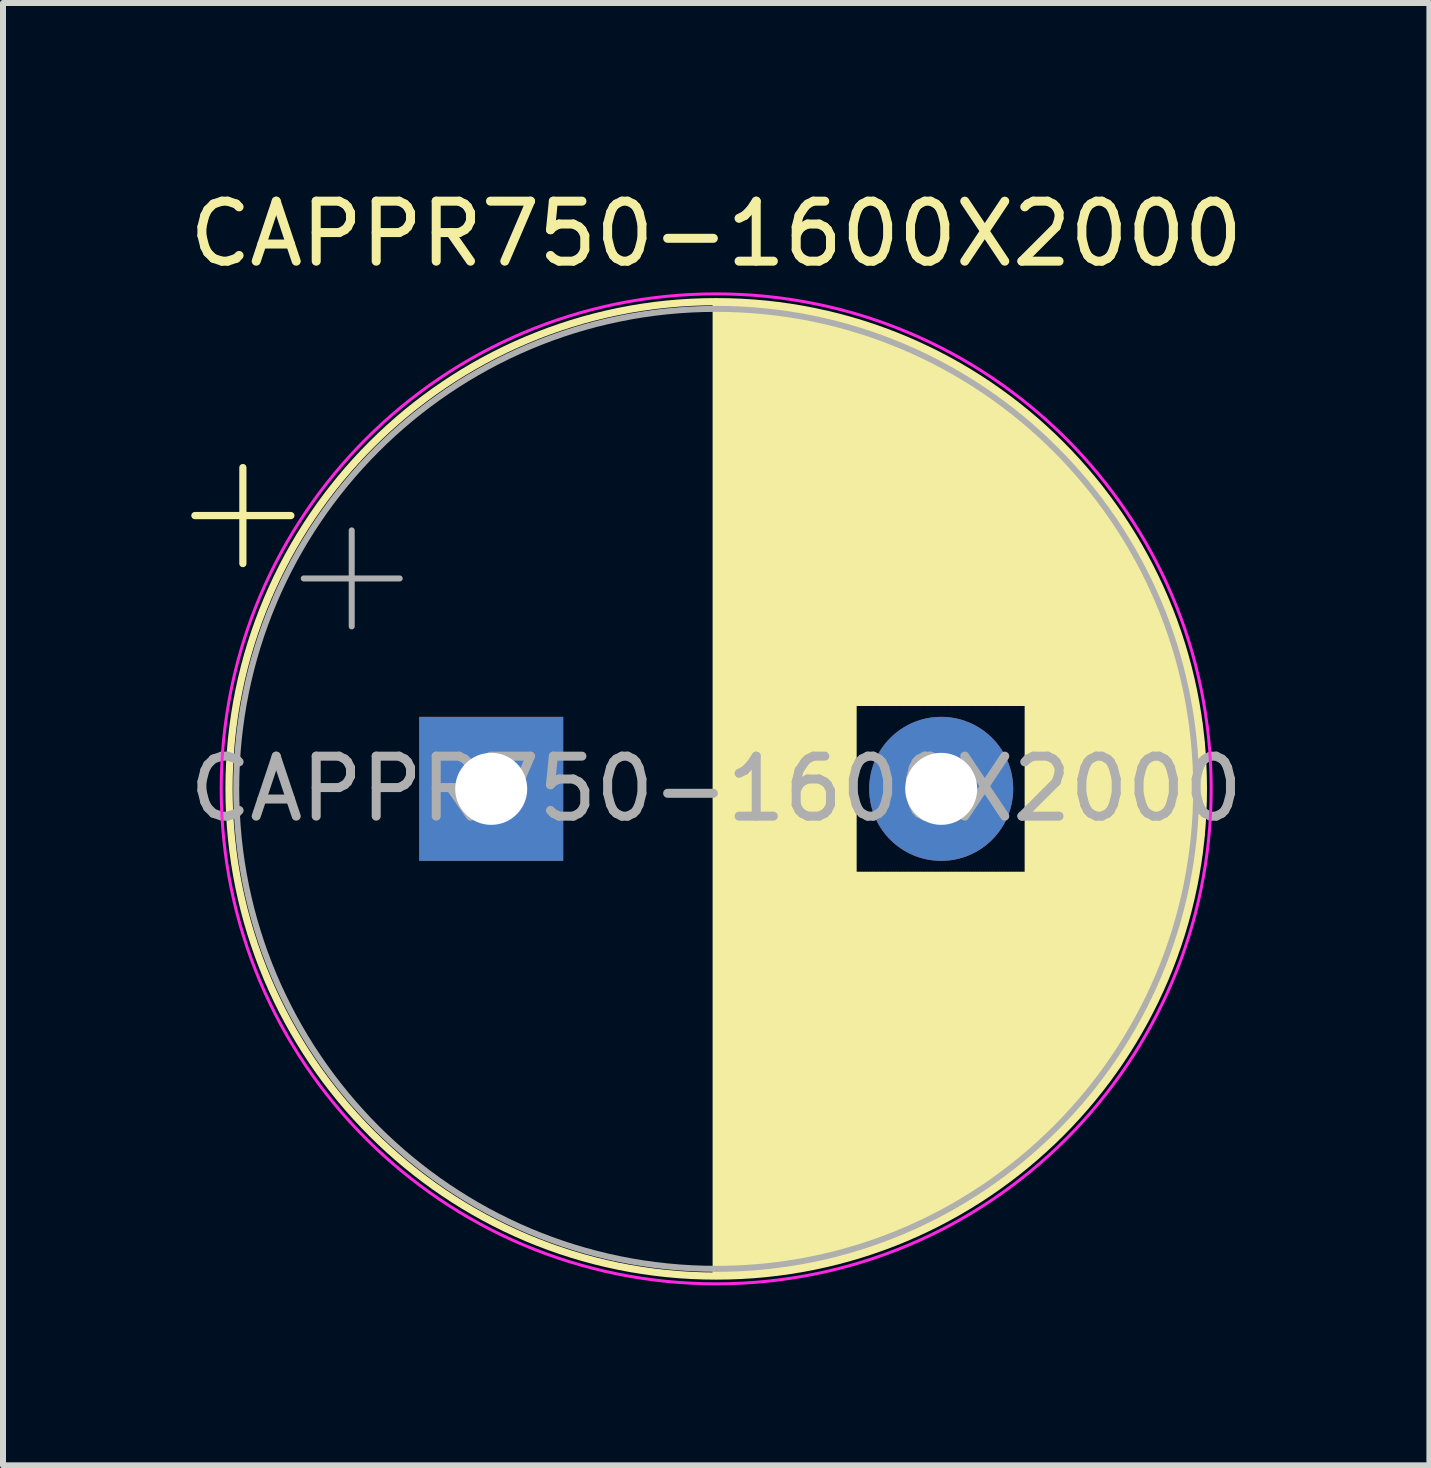
<source format=kicad_pcb>
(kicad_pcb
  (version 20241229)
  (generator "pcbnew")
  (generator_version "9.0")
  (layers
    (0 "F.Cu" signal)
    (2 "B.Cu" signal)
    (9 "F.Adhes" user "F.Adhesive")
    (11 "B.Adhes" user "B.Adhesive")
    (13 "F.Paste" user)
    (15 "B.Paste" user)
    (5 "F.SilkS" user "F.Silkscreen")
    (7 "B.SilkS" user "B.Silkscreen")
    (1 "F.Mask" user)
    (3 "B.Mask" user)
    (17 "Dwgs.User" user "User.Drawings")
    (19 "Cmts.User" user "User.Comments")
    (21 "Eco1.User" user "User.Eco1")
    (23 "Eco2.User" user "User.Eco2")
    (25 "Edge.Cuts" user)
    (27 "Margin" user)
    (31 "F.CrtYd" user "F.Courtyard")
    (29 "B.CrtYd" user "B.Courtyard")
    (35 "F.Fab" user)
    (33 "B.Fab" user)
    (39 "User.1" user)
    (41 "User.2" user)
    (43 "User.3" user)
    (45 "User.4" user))
  (footprint "CAPPR750-1600X2000"
    (layer "F.Cu")
    (at 5.137 10.098)
    (property "Reference" "CAPPR750-1600X2000" (at 3.75 -9.25 0) (layer "F.SilkS") (effects (font (size 1 1) (thickness 0.15))))
    (attr through_hole)
    (fp_line (start -4.939 -4.555) (end -3.339 -4.555) (stroke (width 0.12) (type solid)) (layer "F.SilkS"))
    (fp_line (start -4.139 -5.355) (end -4.139 -3.755) (stroke (width 0.12) (type solid)) (layer "F.SilkS"))
    (fp_line (start 3.75 -8.081) (end 3.75 8.081) (stroke (width 0.12) (type solid)) (layer "F.SilkS"))
    (fp_line (start 3.79 -8.08) (end 3.79 8.08) (stroke (width 0.12) (type solid)) (layer "F.SilkS"))
    (fp_line (start 3.83 -8.08) (end 3.83 8.08) (stroke (width 0.12) (type solid)) (layer "F.SilkS"))
    (fp_line (start 3.87 -8.08) (end 3.87 8.08) (stroke (width 0.12) (type solid)) (layer "F.SilkS"))
    (fp_line (start 3.91 -8.079) (end 3.91 8.079) (stroke (width 0.12) (type solid)) (layer "F.SilkS"))
    (fp_line (start 3.95 -8.078) (end 3.95 8.078) (stroke (width 0.12) (type solid)) (layer "F.SilkS"))
    (fp_line (start 3.99 -8.077) (end 3.99 8.077) (stroke (width 0.12) (type solid)) (layer "F.SilkS"))
    (fp_line (start 4.03 -8.076) (end 4.03 8.076) (stroke (width 0.12) (type solid)) (layer "F.SilkS"))
    (fp_line (start 4.07 -8.074) (end 4.07 8.074) (stroke (width 0.12) (type solid)) (layer "F.SilkS"))
    (fp_line (start 4.11 -8.073) (end 4.11 8.073) (stroke (width 0.12) (type solid)) (layer "F.SilkS"))
    (fp_line (start 4.15 -8.071) (end 4.15 8.071) (stroke (width 0.12) (type solid)) (layer "F.SilkS"))
    (fp_line (start 4.19 -8.069) (end 4.19 8.069) (stroke (width 0.12) (type solid)) (layer "F.SilkS"))
    (fp_line (start 4.23 -8.066) (end 4.23 8.066) (stroke (width 0.12) (type solid)) (layer "F.SilkS"))
    (fp_line (start 4.27 -8.064) (end 4.27 8.064) (stroke (width 0.12) (type solid)) (layer "F.SilkS"))
    (fp_line (start 4.31 -8.061) (end 4.31 8.061) (stroke (width 0.12) (type solid)) (layer "F.SilkS"))
    (fp_line (start 4.35 -8.058) (end 4.35 8.058) (stroke (width 0.12) (type solid)) (layer "F.SilkS"))
    (fp_line (start 4.39 -8.055) (end 4.39 8.055) (stroke (width 0.12) (type solid)) (layer "F.SilkS"))
    (fp_line (start 4.43 -8.052) (end 4.43 8.052) (stroke (width 0.12) (type solid)) (layer "F.SilkS"))
    (fp_line (start 4.471 -8.049) (end 4.471 8.049) (stroke (width 0.12) (type solid)) (layer "F.SilkS"))
    (fp_line (start 4.511 -8.045) (end 4.511 8.045) (stroke (width 0.12) (type solid)) (layer "F.SilkS"))
    (fp_line (start 4.551 -8.041) (end 4.551 8.041) (stroke (width 0.12) (type solid)) (layer "F.SilkS"))
    (fp_line (start 4.591 -8.037) (end 4.591 8.037) (stroke (width 0.12) (type solid)) (layer "F.SilkS"))
    (fp_line (start 4.631 -8.033) (end 4.631 8.033) (stroke (width 0.12) (type solid)) (layer "F.SilkS"))
    (fp_line (start 4.671 -8.028) (end 4.671 8.028) (stroke (width 0.12) (type solid)) (layer "F.SilkS"))
    (fp_line (start 4.711 -8.024) (end 4.711 8.024) (stroke (width 0.12) (type solid)) (layer "F.SilkS"))
    (fp_line (start 4.751 -8.019) (end 4.751 8.019) (stroke (width 0.12) (type solid)) (layer "F.SilkS"))
    (fp_line (start 4.791 -8.014) (end 4.791 8.014) (stroke (width 0.12) (type solid)) (layer "F.SilkS"))
    (fp_line (start 4.831 -8.008) (end 4.831 8.008) (stroke (width 0.12) (type solid)) (layer "F.SilkS"))
    (fp_line (start 4.871 -8.003) (end 4.871 8.003) (stroke (width 0.12) (type solid)) (layer "F.SilkS"))
    (fp_line (start 4.911 -7.997) (end 4.911 7.997) (stroke (width 0.12) (type solid)) (layer "F.SilkS"))
    (fp_line (start 4.951 -7.991) (end 4.951 7.991) (stroke (width 0.12) (type solid)) (layer "F.SilkS"))
    (fp_line (start 4.991 -7.985) (end 4.991 7.985) (stroke (width 0.12) (type solid)) (layer "F.SilkS"))
    (fp_line (start 5.031 -7.979) (end 5.031 7.979) (stroke (width 0.12) (type solid)) (layer "F.SilkS"))
    (fp_line (start 5.071 -7.972) (end 5.071 7.972) (stroke (width 0.12) (type solid)) (layer "F.SilkS"))
    (fp_line (start 5.111 -7.966) (end 5.111 7.966) (stroke (width 0.12) (type solid)) (layer "F.SilkS"))
    (fp_line (start 5.151 -7.959) (end 5.151 7.959) (stroke (width 0.12) (type solid)) (layer "F.SilkS"))
    (fp_line (start 5.191 -7.952) (end 5.191 7.952) (stroke (width 0.12) (type solid)) (layer "F.SilkS"))
    (fp_line (start 5.231 -7.944) (end 5.231 7.944) (stroke (width 0.12) (type solid)) (layer "F.SilkS"))
    (fp_line (start 5.271 -7.937) (end 5.271 7.937) (stroke (width 0.12) (type solid)) (layer "F.SilkS"))
    (fp_line (start 5.311 -7.929) (end 5.311 7.929) (stroke (width 0.12) (type solid)) (layer "F.SilkS"))
    (fp_line (start 5.351 -7.921) (end 5.351 7.921) (stroke (width 0.12) (type solid)) (layer "F.SilkS"))
    (fp_line (start 5.391 -7.913) (end 5.391 7.913) (stroke (width 0.12) (type solid)) (layer "F.SilkS"))
    (fp_line (start 5.431 -7.905) (end 5.431 7.905) (stroke (width 0.12) (type solid)) (layer "F.SilkS"))
    (fp_line (start 5.471 -7.896) (end 5.471 7.896) (stroke (width 0.12) (type solid)) (layer "F.SilkS"))
    (fp_line (start 5.511 -7.887) (end 5.511 7.887) (stroke (width 0.12) (type solid)) (layer "F.SilkS"))
    (fp_line (start 5.551 -7.878) (end 5.551 7.878) (stroke (width 0.12) (type solid)) (layer "F.SilkS"))
    (fp_line (start 5.591 -7.869) (end 5.591 7.869) (stroke (width 0.12) (type solid)) (layer "F.SilkS"))
    (fp_line (start 5.631 -7.86) (end 5.631 7.86) (stroke (width 0.12) (type solid)) (layer "F.SilkS"))
    (fp_line (start 5.671 -7.85) (end 5.671 7.85) (stroke (width 0.12) (type solid)) (layer "F.SilkS"))
    (fp_line (start 5.711 -7.84) (end 5.711 7.84) (stroke (width 0.12) (type solid)) (layer "F.SilkS"))
    (fp_line (start 5.751 -7.83) (end 5.751 7.83) (stroke (width 0.12) (type solid)) (layer "F.SilkS"))
    (fp_line (start 5.791 -7.82) (end 5.791 7.82) (stroke (width 0.12) (type solid)) (layer "F.SilkS"))
    (fp_line (start 5.831 -7.81) (end 5.831 7.81) (stroke (width 0.12) (type solid)) (layer "F.SilkS"))
    (fp_line (start 5.871 -7.799) (end 5.871 7.799) (stroke (width 0.12) (type solid)) (layer "F.SilkS"))
    (fp_line (start 5.911 -7.788) (end 5.911 7.788) (stroke (width 0.12) (type solid)) (layer "F.SilkS"))
    (fp_line (start 5.951 -7.777) (end 5.951 7.777) (stroke (width 0.12) (type solid)) (layer "F.SilkS"))
    (fp_line (start 5.991 -7.765) (end 5.991 7.765) (stroke (width 0.12) (type solid)) (layer "F.SilkS"))
    (fp_line (start 6.031 -7.754) (end 6.031 7.754) (stroke (width 0.12) (type solid)) (layer "F.SilkS"))
    (fp_line (start 6.071 -7.742) (end 6.071 -1.44) (stroke (width 0.12) (type solid)) (layer "F.SilkS"))
    (fp_line (start 6.071 1.44) (end 6.071 7.742) (stroke (width 0.12) (type solid)) (layer "F.SilkS"))
    (fp_line (start 6.111 -7.73) (end 6.111 -1.44) (stroke (width 0.12) (type solid)) (layer "F.SilkS"))
    (fp_line (start 6.111 1.44) (end 6.111 7.73) (stroke (width 0.12) (type solid)) (layer "F.SilkS"))
    (fp_line (start 6.151 -7.718) (end 6.151 -1.44) (stroke (width 0.12) (type solid)) (layer "F.SilkS"))
    (fp_line (start 6.151 1.44) (end 6.151 7.718) (stroke (width 0.12) (type solid)) (layer "F.SilkS"))
    (fp_line (start 6.191 -7.705) (end 6.191 -1.44) (stroke (width 0.12) (type solid)) (layer "F.SilkS"))
    (fp_line (start 6.191 1.44) (end 6.191 7.705) (stroke (width 0.12) (type solid)) (layer "F.SilkS"))
    (fp_line (start 6.231 -7.693) (end 6.231 -1.44) (stroke (width 0.12) (type solid)) (layer "F.SilkS"))
    (fp_line (start 6.231 1.44) (end 6.231 7.693) (stroke (width 0.12) (type solid)) (layer "F.SilkS"))
    (fp_line (start 6.271 -7.68) (end 6.271 -1.44) (stroke (width 0.12) (type solid)) (layer "F.SilkS"))
    (fp_line (start 6.271 1.44) (end 6.271 7.68) (stroke (width 0.12) (type solid)) (layer "F.SilkS"))
    (fp_line (start 6.311 -7.666) (end 6.311 -1.44) (stroke (width 0.12) (type solid)) (layer "F.SilkS"))
    (fp_line (start 6.311 1.44) (end 6.311 7.666) (stroke (width 0.12) (type solid)) (layer "F.SilkS"))
    (fp_line (start 6.351 -7.653) (end 6.351 -1.44) (stroke (width 0.12) (type solid)) (layer "F.SilkS"))
    (fp_line (start 6.351 1.44) (end 6.351 7.653) (stroke (width 0.12) (type solid)) (layer "F.SilkS"))
    (fp_line (start 6.391 -7.639) (end 6.391 -1.44) (stroke (width 0.12) (type solid)) (layer "F.SilkS"))
    (fp_line (start 6.391 1.44) (end 6.391 7.639) (stroke (width 0.12) (type solid)) (layer "F.SilkS"))
    (fp_line (start 6.431 -7.625) (end 6.431 -1.44) (stroke (width 0.12) (type solid)) (layer "F.SilkS"))
    (fp_line (start 6.431 1.44) (end 6.431 7.625) (stroke (width 0.12) (type solid)) (layer "F.SilkS"))
    (fp_line (start 6.471 -7.611) (end 6.471 -1.44) (stroke (width 0.12) (type solid)) (layer "F.SilkS"))
    (fp_line (start 6.471 1.44) (end 6.471 7.611) (stroke (width 0.12) (type solid)) (layer "F.SilkS"))
    (fp_line (start 6.511 -7.597) (end 6.511 -1.44) (stroke (width 0.12) (type solid)) (layer "F.SilkS"))
    (fp_line (start 6.511 1.44) (end 6.511 7.597) (stroke (width 0.12) (type solid)) (layer "F.SilkS"))
    (fp_line (start 6.551 -7.582) (end 6.551 -1.44) (stroke (width 0.12) (type solid)) (layer "F.SilkS"))
    (fp_line (start 6.551 1.44) (end 6.551 7.582) (stroke (width 0.12) (type solid)) (layer "F.SilkS"))
    (fp_line (start 6.591 -7.568) (end 6.591 -1.44) (stroke (width 0.12) (type solid)) (layer "F.SilkS"))
    (fp_line (start 6.591 1.44) (end 6.591 7.568) (stroke (width 0.12) (type solid)) (layer "F.SilkS"))
    (fp_line (start 6.631 -7.553) (end 6.631 -1.44) (stroke (width 0.12) (type solid)) (layer "F.SilkS"))
    (fp_line (start 6.631 1.44) (end 6.631 7.553) (stroke (width 0.12) (type solid)) (layer "F.SilkS"))
    (fp_line (start 6.671 -7.537) (end 6.671 -1.44) (stroke (width 0.12) (type solid)) (layer "F.SilkS"))
    (fp_line (start 6.671 1.44) (end 6.671 7.537) (stroke (width 0.12) (type solid)) (layer "F.SilkS"))
    (fp_line (start 6.711 -7.522) (end 6.711 -1.44) (stroke (width 0.12) (type solid)) (layer "F.SilkS"))
    (fp_line (start 6.711 1.44) (end 6.711 7.522) (stroke (width 0.12) (type solid)) (layer "F.SilkS"))
    (fp_line (start 6.751 -7.506) (end 6.751 -1.44) (stroke (width 0.12) (type solid)) (layer "F.SilkS"))
    (fp_line (start 6.751 1.44) (end 6.751 7.506) (stroke (width 0.12) (type solid)) (layer "F.SilkS"))
    (fp_line (start 6.791 -7.49) (end 6.791 -1.44) (stroke (width 0.12) (type solid)) (layer "F.SilkS"))
    (fp_line (start 6.791 1.44) (end 6.791 7.49) (stroke (width 0.12) (type solid)) (layer "F.SilkS"))
    (fp_line (start 6.831 -7.474) (end 6.831 -1.44) (stroke (width 0.12) (type solid)) (layer "F.SilkS"))
    (fp_line (start 6.831 1.44) (end 6.831 7.474) (stroke (width 0.12) (type solid)) (layer "F.SilkS"))
    (fp_line (start 6.871 -7.457) (end 6.871 -1.44) (stroke (width 0.12) (type solid)) (layer "F.SilkS"))
    (fp_line (start 6.871 1.44) (end 6.871 7.457) (stroke (width 0.12) (type solid)) (layer "F.SilkS"))
    (fp_line (start 6.911 -7.44) (end 6.911 -1.44) (stroke (width 0.12) (type solid)) (layer "F.SilkS"))
    (fp_line (start 6.911 1.44) (end 6.911 7.44) (stroke (width 0.12) (type solid)) (layer "F.SilkS"))
    (fp_line (start 6.951 -7.423) (end 6.951 -1.44) (stroke (width 0.12) (type solid)) (layer "F.SilkS"))
    (fp_line (start 6.951 1.44) (end 6.951 7.423) (stroke (width 0.12) (type solid)) (layer "F.SilkS"))
    (fp_line (start 6.991 -7.406) (end 6.991 -1.44) (stroke (width 0.12) (type solid)) (layer "F.SilkS"))
    (fp_line (start 6.991 1.44) (end 6.991 7.406) (stroke (width 0.12) (type solid)) (layer "F.SilkS"))
    (fp_line (start 7.031 -7.389) (end 7.031 -1.44) (stroke (width 0.12) (type solid)) (layer "F.SilkS"))
    (fp_line (start 7.031 1.44) (end 7.031 7.389) (stroke (width 0.12) (type solid)) (layer "F.SilkS"))
    (fp_line (start 7.071 -7.371) (end 7.071 -1.44) (stroke (width 0.12) (type solid)) (layer "F.SilkS"))
    (fp_line (start 7.071 1.44) (end 7.071 7.371) (stroke (width 0.12) (type solid)) (layer "F.SilkS"))
    (fp_line (start 7.111 -7.353) (end 7.111 -1.44) (stroke (width 0.12) (type solid)) (layer "F.SilkS"))
    (fp_line (start 7.111 1.44) (end 7.111 7.353) (stroke (width 0.12) (type solid)) (layer "F.SilkS"))
    (fp_line (start 7.151 -7.334) (end 7.151 -1.44) (stroke (width 0.12) (type solid)) (layer "F.SilkS"))
    (fp_line (start 7.151 1.44) (end 7.151 7.334) (stroke (width 0.12) (type solid)) (layer "F.SilkS"))
    (fp_line (start 7.191 -7.316) (end 7.191 -1.44) (stroke (width 0.12) (type solid)) (layer "F.SilkS"))
    (fp_line (start 7.191 1.44) (end 7.191 7.316) (stroke (width 0.12) (type solid)) (layer "F.SilkS"))
    (fp_line (start 7.231 -7.297) (end 7.231 -1.44) (stroke (width 0.12) (type solid)) (layer "F.SilkS"))
    (fp_line (start 7.231 1.44) (end 7.231 7.297) (stroke (width 0.12) (type solid)) (layer "F.SilkS"))
    (fp_line (start 7.271 -7.278) (end 7.271 -1.44) (stroke (width 0.12) (type solid)) (layer "F.SilkS"))
    (fp_line (start 7.271 1.44) (end 7.271 7.278) (stroke (width 0.12) (type solid)) (layer "F.SilkS"))
    (fp_line (start 7.311 -7.258) (end 7.311 -1.44) (stroke (width 0.12) (type solid)) (layer "F.SilkS"))
    (fp_line (start 7.311 1.44) (end 7.311 7.258) (stroke (width 0.12) (type solid)) (layer "F.SilkS"))
    (fp_line (start 7.351 -7.239) (end 7.351 -1.44) (stroke (width 0.12) (type solid)) (layer "F.SilkS"))
    (fp_line (start 7.351 1.44) (end 7.351 7.239) (stroke (width 0.12) (type solid)) (layer "F.SilkS"))
    (fp_line (start 7.391 -7.219) (end 7.391 -1.44) (stroke (width 0.12) (type solid)) (layer "F.SilkS"))
    (fp_line (start 7.391 1.44) (end 7.391 7.219) (stroke (width 0.12) (type solid)) (layer "F.SilkS"))
    (fp_line (start 7.431 -7.199) (end 7.431 -1.44) (stroke (width 0.12) (type solid)) (layer "F.SilkS"))
    (fp_line (start 7.431 1.44) (end 7.431 7.199) (stroke (width 0.12) (type solid)) (layer "F.SilkS"))
    (fp_line (start 7.471 -7.178) (end 7.471 -1.44) (stroke (width 0.12) (type solid)) (layer "F.SilkS"))
    (fp_line (start 7.471 1.44) (end 7.471 7.178) (stroke (width 0.12) (type solid)) (layer "F.SilkS"))
    (fp_line (start 7.511 -7.157) (end 7.511 -1.44) (stroke (width 0.12) (type solid)) (layer "F.SilkS"))
    (fp_line (start 7.511 1.44) (end 7.511 7.157) (stroke (width 0.12) (type solid)) (layer "F.SilkS"))
    (fp_line (start 7.551 -7.136) (end 7.551 -1.44) (stroke (width 0.12) (type solid)) (layer "F.SilkS"))
    (fp_line (start 7.551 1.44) (end 7.551 7.136) (stroke (width 0.12) (type solid)) (layer "F.SilkS"))
    (fp_line (start 7.591 -7.115) (end 7.591 -1.44) (stroke (width 0.12) (type solid)) (layer "F.SilkS"))
    (fp_line (start 7.591 1.44) (end 7.591 7.115) (stroke (width 0.12) (type solid)) (layer "F.SilkS"))
    (fp_line (start 7.631 -7.094) (end 7.631 -1.44) (stroke (width 0.12) (type solid)) (layer "F.SilkS"))
    (fp_line (start 7.631 1.44) (end 7.631 7.094) (stroke (width 0.12) (type solid)) (layer "F.SilkS"))
    (fp_line (start 7.671 -7.072) (end 7.671 -1.44) (stroke (width 0.12) (type solid)) (layer "F.SilkS"))
    (fp_line (start 7.671 1.44) (end 7.671 7.072) (stroke (width 0.12) (type solid)) (layer "F.SilkS"))
    (fp_line (start 7.711 -7.049) (end 7.711 -1.44) (stroke (width 0.12) (type solid)) (layer "F.SilkS"))
    (fp_line (start 7.711 1.44) (end 7.711 7.049) (stroke (width 0.12) (type solid)) (layer "F.SilkS"))
    (fp_line (start 7.751 -7.027) (end 7.751 -1.44) (stroke (width 0.12) (type solid)) (layer "F.SilkS"))
    (fp_line (start 7.751 1.44) (end 7.751 7.027) (stroke (width 0.12) (type solid)) (layer "F.SilkS"))
    (fp_line (start 7.791 -7.004) (end 7.791 -1.44) (stroke (width 0.12) (type solid)) (layer "F.SilkS"))
    (fp_line (start 7.791 1.44) (end 7.791 7.004) (stroke (width 0.12) (type solid)) (layer "F.SilkS"))
    (fp_line (start 7.831 -6.981) (end 7.831 -1.44) (stroke (width 0.12) (type solid)) (layer "F.SilkS"))
    (fp_line (start 7.831 1.44) (end 7.831 6.981) (stroke (width 0.12) (type solid)) (layer "F.SilkS"))
    (fp_line (start 7.871 -6.958) (end 7.871 -1.44) (stroke (width 0.12) (type solid)) (layer "F.SilkS"))
    (fp_line (start 7.871 1.44) (end 7.871 6.958) (stroke (width 0.12) (type solid)) (layer "F.SilkS"))
    (fp_line (start 7.911 -6.934) (end 7.911 -1.44) (stroke (width 0.12) (type solid)) (layer "F.SilkS"))
    (fp_line (start 7.911 1.44) (end 7.911 6.934) (stroke (width 0.12) (type solid)) (layer "F.SilkS"))
    (fp_line (start 7.951 -6.91) (end 7.951 -1.44) (stroke (width 0.12) (type solid)) (layer "F.SilkS"))
    (fp_line (start 7.951 1.44) (end 7.951 6.91) (stroke (width 0.12) (type solid)) (layer "F.SilkS"))
    (fp_line (start 7.991 -6.886) (end 7.991 -1.44) (stroke (width 0.12) (type solid)) (layer "F.SilkS"))
    (fp_line (start 7.991 1.44) (end 7.991 6.886) (stroke (width 0.12) (type solid)) (layer "F.SilkS"))
    (fp_line (start 8.031 -6.861) (end 8.031 -1.44) (stroke (width 0.12) (type solid)) (layer "F.SilkS"))
    (fp_line (start 8.031 1.44) (end 8.031 6.861) (stroke (width 0.12) (type solid)) (layer "F.SilkS"))
    (fp_line (start 8.071 -6.836) (end 8.071 -1.44) (stroke (width 0.12) (type solid)) (layer "F.SilkS"))
    (fp_line (start 8.071 1.44) (end 8.071 6.836) (stroke (width 0.12) (type solid)) (layer "F.SilkS"))
    (fp_line (start 8.111 -6.811) (end 8.111 -1.44) (stroke (width 0.12) (type solid)) (layer "F.SilkS"))
    (fp_line (start 8.111 1.44) (end 8.111 6.811) (stroke (width 0.12) (type solid)) (layer "F.SilkS"))
    (fp_line (start 8.151 -6.785) (end 8.151 -1.44) (stroke (width 0.12) (type solid)) (layer "F.SilkS"))
    (fp_line (start 8.151 1.44) (end 8.151 6.785) (stroke (width 0.12) (type solid)) (layer "F.SilkS"))
    (fp_line (start 8.191 -6.759) (end 8.191 -1.44) (stroke (width 0.12) (type solid)) (layer "F.SilkS"))
    (fp_line (start 8.191 1.44) (end 8.191 6.759) (stroke (width 0.12) (type solid)) (layer "F.SilkS"))
    (fp_line (start 8.231 -6.733) (end 8.231 -1.44) (stroke (width 0.12) (type solid)) (layer "F.SilkS"))
    (fp_line (start 8.231 1.44) (end 8.231 6.733) (stroke (width 0.12) (type solid)) (layer "F.SilkS"))
    (fp_line (start 8.271 -6.706) (end 8.271 -1.44) (stroke (width 0.12) (type solid)) (layer "F.SilkS"))
    (fp_line (start 8.271 1.44) (end 8.271 6.706) (stroke (width 0.12) (type solid)) (layer "F.SilkS"))
    (fp_line (start 8.311 -6.679) (end 8.311 -1.44) (stroke (width 0.12) (type solid)) (layer "F.SilkS"))
    (fp_line (start 8.311 1.44) (end 8.311 6.679) (stroke (width 0.12) (type solid)) (layer "F.SilkS"))
    (fp_line (start 8.351 -6.652) (end 8.351 -1.44) (stroke (width 0.12) (type solid)) (layer "F.SilkS"))
    (fp_line (start 8.351 1.44) (end 8.351 6.652) (stroke (width 0.12) (type solid)) (layer "F.SilkS"))
    (fp_line (start 8.391 -6.624) (end 8.391 -1.44) (stroke (width 0.12) (type solid)) (layer "F.SilkS"))
    (fp_line (start 8.391 1.44) (end 8.391 6.624) (stroke (width 0.12) (type solid)) (layer "F.SilkS"))
    (fp_line (start 8.431 -6.596) (end 8.431 -1.44) (stroke (width 0.12) (type solid)) (layer "F.SilkS"))
    (fp_line (start 8.431 1.44) (end 8.431 6.596) (stroke (width 0.12) (type solid)) (layer "F.SilkS"))
    (fp_line (start 8.471 -6.568) (end 8.471 -1.44) (stroke (width 0.12) (type solid)) (layer "F.SilkS"))
    (fp_line (start 8.471 1.44) (end 8.471 6.568) (stroke (width 0.12) (type solid)) (layer "F.SilkS"))
    (fp_line (start 8.511 -6.539) (end 8.511 -1.44) (stroke (width 0.12) (type solid)) (layer "F.SilkS"))
    (fp_line (start 8.511 1.44) (end 8.511 6.539) (stroke (width 0.12) (type solid)) (layer "F.SilkS"))
    (fp_line (start 8.551 -6.51) (end 8.551 -1.44) (stroke (width 0.12) (type solid)) (layer "F.SilkS"))
    (fp_line (start 8.551 1.44) (end 8.551 6.51) (stroke (width 0.12) (type solid)) (layer "F.SilkS"))
    (fp_line (start 8.591 -6.48) (end 8.591 -1.44) (stroke (width 0.12) (type solid)) (layer "F.SilkS"))
    (fp_line (start 8.591 1.44) (end 8.591 6.48) (stroke (width 0.12) (type solid)) (layer "F.SilkS"))
    (fp_line (start 8.631 -6.45) (end 8.631 -1.44) (stroke (width 0.12) (type solid)) (layer "F.SilkS"))
    (fp_line (start 8.631 1.44) (end 8.631 6.45) (stroke (width 0.12) (type solid)) (layer "F.SilkS"))
    (fp_line (start 8.671 -6.42) (end 8.671 -1.44) (stroke (width 0.12) (type solid)) (layer "F.SilkS"))
    (fp_line (start 8.671 1.44) (end 8.671 6.42) (stroke (width 0.12) (type solid)) (layer "F.SilkS"))
    (fp_line (start 8.711 -6.39) (end 8.711 -1.44) (stroke (width 0.12) (type solid)) (layer "F.SilkS"))
    (fp_line (start 8.711 1.44) (end 8.711 6.39) (stroke (width 0.12) (type solid)) (layer "F.SilkS"))
    (fp_line (start 8.751 -6.358) (end 8.751 -1.44) (stroke (width 0.12) (type solid)) (layer "F.SilkS"))
    (fp_line (start 8.751 1.44) (end 8.751 6.358) (stroke (width 0.12) (type solid)) (layer "F.SilkS"))
    (fp_line (start 8.791 -6.327) (end 8.791 -1.44) (stroke (width 0.12) (type solid)) (layer "F.SilkS"))
    (fp_line (start 8.791 1.44) (end 8.791 6.327) (stroke (width 0.12) (type solid)) (layer "F.SilkS"))
    (fp_line (start 8.831 -6.295) (end 8.831 -1.44) (stroke (width 0.12) (type solid)) (layer "F.SilkS"))
    (fp_line (start 8.831 1.44) (end 8.831 6.295) (stroke (width 0.12) (type solid)) (layer "F.SilkS"))
    (fp_line (start 8.871 -6.263) (end 8.871 -1.44) (stroke (width 0.12) (type solid)) (layer "F.SilkS"))
    (fp_line (start 8.871 1.44) (end 8.871 6.263) (stroke (width 0.12) (type solid)) (layer "F.SilkS"))
    (fp_line (start 8.911 -6.23) (end 8.911 -1.44) (stroke (width 0.12) (type solid)) (layer "F.SilkS"))
    (fp_line (start 8.911 1.44) (end 8.911 6.23) (stroke (width 0.12) (type solid)) (layer "F.SilkS"))
    (fp_line (start 8.951 -6.197) (end 8.951 6.197) (stroke (width 0.12) (type solid)) (layer "F.SilkS"))
    (fp_line (start 8.991 -6.163) (end 8.991 6.163) (stroke (width 0.12) (type solid)) (layer "F.SilkS"))
    (fp_line (start 9.031 -6.129) (end 9.031 6.129) (stroke (width 0.12) (type solid)) (layer "F.SilkS"))
    (fp_line (start 9.071 -6.095) (end 9.071 6.095) (stroke (width 0.12) (type solid)) (layer "F.SilkS"))
    (fp_line (start 9.111 -6.06) (end 9.111 6.06) (stroke (width 0.12) (type solid)) (layer "F.SilkS"))
    (fp_line (start 9.151 -6.025) (end 9.151 6.025) (stroke (width 0.12) (type solid)) (layer "F.SilkS"))
    (fp_line (start 9.191 -5.989) (end 9.191 5.989) (stroke (width 0.12) (type solid)) (layer "F.SilkS"))
    (fp_line (start 9.231 -5.952) (end 9.231 5.952) (stroke (width 0.12) (type solid)) (layer "F.SilkS"))
    (fp_line (start 9.271 -5.916) (end 9.271 5.916) (stroke (width 0.12) (type solid)) (layer "F.SilkS"))
    (fp_line (start 9.311 -5.878) (end 9.311 5.878) (stroke (width 0.12) (type solid)) (layer "F.SilkS"))
    (fp_line (start 9.351 -5.84) (end 9.351 5.84) (stroke (width 0.12) (type solid)) (layer "F.SilkS"))
    (fp_line (start 9.391 -5.802) (end 9.391 5.802) (stroke (width 0.12) (type solid)) (layer "F.SilkS"))
    (fp_line (start 9.431 -5.763) (end 9.431 5.763) (stroke (width 0.12) (type solid)) (layer "F.SilkS"))
    (fp_line (start 9.471 -5.724) (end 9.471 5.724) (stroke (width 0.12) (type solid)) (layer "F.SilkS"))
    (fp_line (start 9.511 -5.684) (end 9.511 5.684) (stroke (width 0.12) (type solid)) (layer "F.SilkS"))
    (fp_line (start 9.551 -5.643) (end 9.551 5.643) (stroke (width 0.12) (type solid)) (layer "F.SilkS"))
    (fp_line (start 9.591 -5.602) (end 9.591 5.602) (stroke (width 0.12) (type solid)) (layer "F.SilkS"))
    (fp_line (start 9.631 -5.56) (end 9.631 5.56) (stroke (width 0.12) (type solid)) (layer "F.SilkS"))
    (fp_line (start 9.671 -5.518) (end 9.671 5.518) (stroke (width 0.12) (type solid)) (layer "F.SilkS"))
    (fp_line (start 9.711 -5.475) (end 9.711 5.475) (stroke (width 0.12) (type solid)) (layer "F.SilkS"))
    (fp_line (start 9.751 -5.432) (end 9.751 5.432) (stroke (width 0.12) (type solid)) (layer "F.SilkS"))
    (fp_line (start 9.791 -5.388) (end 9.791 5.388) (stroke (width 0.12) (type solid)) (layer "F.SilkS"))
    (fp_line (start 9.831 -5.343) (end 9.831 5.343) (stroke (width 0.12) (type solid)) (layer "F.SilkS"))
    (fp_line (start 9.871 -5.297) (end 9.871 5.297) (stroke (width 0.12) (type solid)) (layer "F.SilkS"))
    (fp_line (start 9.911 -5.251) (end 9.911 5.251) (stroke (width 0.12) (type solid)) (layer "F.SilkS"))
    (fp_line (start 9.951 -5.204) (end 9.951 5.204) (stroke (width 0.12) (type solid)) (layer "F.SilkS"))
    (fp_line (start 9.991 -5.156) (end 9.991 5.156) (stroke (width 0.12) (type solid)) (layer "F.SilkS"))
    (fp_line (start 10.031 -5.108) (end 10.031 5.108) (stroke (width 0.12) (type solid)) (layer "F.SilkS"))
    (fp_line (start 10.071 -5.059) (end 10.071 5.059) (stroke (width 0.12) (type solid)) (layer "F.SilkS"))
    (fp_line (start 10.111 -5.009) (end 10.111 5.009) (stroke (width 0.12) (type solid)) (layer "F.SilkS"))
    (fp_line (start 10.151 -4.958) (end 10.151 4.958) (stroke (width 0.12) (type solid)) (layer "F.SilkS"))
    (fp_line (start 10.191 -4.906) (end 10.191 4.906) (stroke (width 0.12) (type solid)) (layer "F.SilkS"))
    (fp_line (start 10.231 -4.854) (end 10.231 4.854) (stroke (width 0.12) (type solid)) (layer "F.SilkS"))
    (fp_line (start 10.271 -4.8) (end 10.271 4.8) (stroke (width 0.12) (type solid)) (layer "F.SilkS"))
    (fp_line (start 10.311 -4.746) (end 10.311 4.746) (stroke (width 0.12) (type solid)) (layer "F.SilkS"))
    (fp_line (start 10.351 -4.691) (end 10.351 4.691) (stroke (width 0.12) (type solid)) (layer "F.SilkS"))
    (fp_line (start 10.391 -4.634) (end 10.391 4.634) (stroke (width 0.12) (type solid)) (layer "F.SilkS"))
    (fp_line (start 10.431 -4.577) (end 10.431 4.577) (stroke (width 0.12) (type solid)) (layer "F.SilkS"))
    (fp_line (start 10.471 -4.519) (end 10.471 4.519) (stroke (width 0.12) (type solid)) (layer "F.SilkS"))
    (fp_line (start 10.511 -4.459) (end 10.511 4.459) (stroke (width 0.12) (type solid)) (layer "F.SilkS"))
    (fp_line (start 10.551 -4.398) (end 10.551 4.398) (stroke (width 0.12) (type solid)) (layer "F.SilkS"))
    (fp_line (start 10.591 -4.336) (end 10.591 4.336) (stroke (width 0.12) (type solid)) (layer "F.SilkS"))
    (fp_line (start 10.631 -4.273) (end 10.631 4.273) (stroke (width 0.12) (type solid)) (layer "F.SilkS"))
    (fp_line (start 10.671 -4.209) (end 10.671 4.209) (stroke (width 0.12) (type solid)) (layer "F.SilkS"))
    (fp_line (start 10.711 -4.143) (end 10.711 4.143) (stroke (width 0.12) (type solid)) (layer "F.SilkS"))
    (fp_line (start 10.751 -4.076) (end 10.751 4.076) (stroke (width 0.12) (type solid)) (layer "F.SilkS"))
    (fp_line (start 10.791 -4.007) (end 10.791 4.007) (stroke (width 0.12) (type solid)) (layer "F.SilkS"))
    (fp_line (start 10.831 -3.936) (end 10.831 3.936) (stroke (width 0.12) (type solid)) (layer "F.SilkS"))
    (fp_line (start 10.871 -3.864) (end 10.871 3.864) (stroke (width 0.12) (type solid)) (layer "F.SilkS"))
    (fp_line (start 10.911 -3.79) (end 10.911 3.79) (stroke (width 0.12) (type solid)) (layer "F.SilkS"))
    (fp_line (start 10.951 -3.715) (end 10.951 3.715) (stroke (width 0.12) (type solid)) (layer "F.SilkS"))
    (fp_line (start 10.991 -3.637) (end 10.991 3.637) (stroke (width 0.12) (type solid)) (layer "F.SilkS"))
    (fp_line (start 11.031 -3.557) (end 11.031 3.557) (stroke (width 0.12) (type solid)) (layer "F.SilkS"))
    (fp_line (start 11.071 -3.475) (end 11.071 3.475) (stroke (width 0.12) (type solid)) (layer "F.SilkS"))
    (fp_line (start 11.111 -3.39) (end 11.111 3.39) (stroke (width 0.12) (type solid)) (layer "F.SilkS"))
    (fp_line (start 11.151 -3.303) (end 11.151 3.303) (stroke (width 0.12) (type solid)) (layer "F.SilkS"))
    (fp_line (start 11.191 -3.213) (end 11.191 3.213) (stroke (width 0.12) (type solid)) (layer "F.SilkS"))
    (fp_line (start 11.231 -3.12) (end 11.231 3.12) (stroke (width 0.12) (type solid)) (layer "F.SilkS"))
    (fp_line (start 11.271 -3.024) (end 11.271 3.024) (stroke (width 0.12) (type solid)) (layer "F.SilkS"))
    (fp_line (start 11.311 -2.924) (end 11.311 2.924) (stroke (width 0.12) (type solid)) (layer "F.SilkS"))
    (fp_line (start 11.351 -2.82) (end 11.351 2.82) (stroke (width 0.12) (type solid)) (layer "F.SilkS"))
    (fp_line (start 11.391 -2.711) (end 11.391 2.711) (stroke (width 0.12) (type solid)) (layer "F.SilkS"))
    (fp_line (start 11.431 -2.597) (end 11.431 2.597) (stroke (width 0.12) (type solid)) (layer "F.SilkS"))
    (fp_line (start 11.471 -2.478) (end 11.471 2.478) (stroke (width 0.12) (type solid)) (layer "F.SilkS"))
    (fp_line (start 11.511 -2.351) (end 11.511 2.351) (stroke (width 0.12) (type solid)) (layer "F.SilkS"))
    (fp_line (start 11.551 -2.218) (end 11.551 2.218) (stroke (width 0.12) (type solid)) (layer "F.SilkS"))
    (fp_line (start 11.591 -2.074) (end 11.591 2.074) (stroke (width 0.12) (type solid)) (layer "F.SilkS"))
    (fp_line (start 11.631 -1.92) (end 11.631 1.92) (stroke (width 0.12) (type solid)) (layer "F.SilkS"))
    (fp_line (start 11.671 -1.752) (end 11.671 1.752) (stroke (width 0.12) (type solid)) (layer "F.SilkS"))
    (fp_line (start 11.711 -1.564) (end 11.711 1.564) (stroke (width 0.12) (type solid)) (layer "F.SilkS"))
    (fp_line (start 11.751 -1.351) (end 11.751 1.351) (stroke (width 0.12) (type solid)) (layer "F.SilkS"))
    (fp_line (start 11.791 -1.098) (end 11.791 1.098) (stroke (width 0.12) (type solid)) (layer "F.SilkS"))
    (fp_line (start 11.831 -0.765) (end 11.831 0.765) (stroke (width 0.12) (type solid)) (layer "F.SilkS"))
    (fp_circle (center 3.75 0) (end 11.87 0) (stroke (width 0.12) (type solid)) (fill no) (layer "F.SilkS"))
    (fp_circle (center 3.75 0) (end 12 0) (stroke (width 0.05) (type solid)) (fill no) (layer "F.CrtYd"))
    (fp_line (start -3.125 -3.507) (end -1.525 -3.507) (stroke (width 0.1) (type solid)) (layer "F.Fab"))
    (fp_line (start -2.325 -4.308) (end -2.325 -2.708) (stroke (width 0.1) (type solid)) (layer "F.Fab"))
    (fp_circle (center 3.75 0) (end 11.75 0) (stroke (width 0.1) (type solid)) (fill no) (layer "F.Fab"))
    (fp_text user "${REFERENCE}" (at 3.75 0 0) (layer "F.Fab") (effects (font (size 1 1) (thickness 0.15))))
    (pad "1" thru_hole rect (at 0 0) (size 2.4 2.4) (drill 1.2) (layers "*.Cu" "*.Mask"))
    (pad "2" thru_hole circle (at 7.5 0) (size 2.4 2.4) (drill 1.2) (layers "*.Cu" "*.Mask")))
  (gr_rect
    (start -3 -3)
    (end 20.774 21.373)
    (stroke (width 0.1) (type default))
    (fill no)
    (layer "Edge.Cuts")))
</source>
